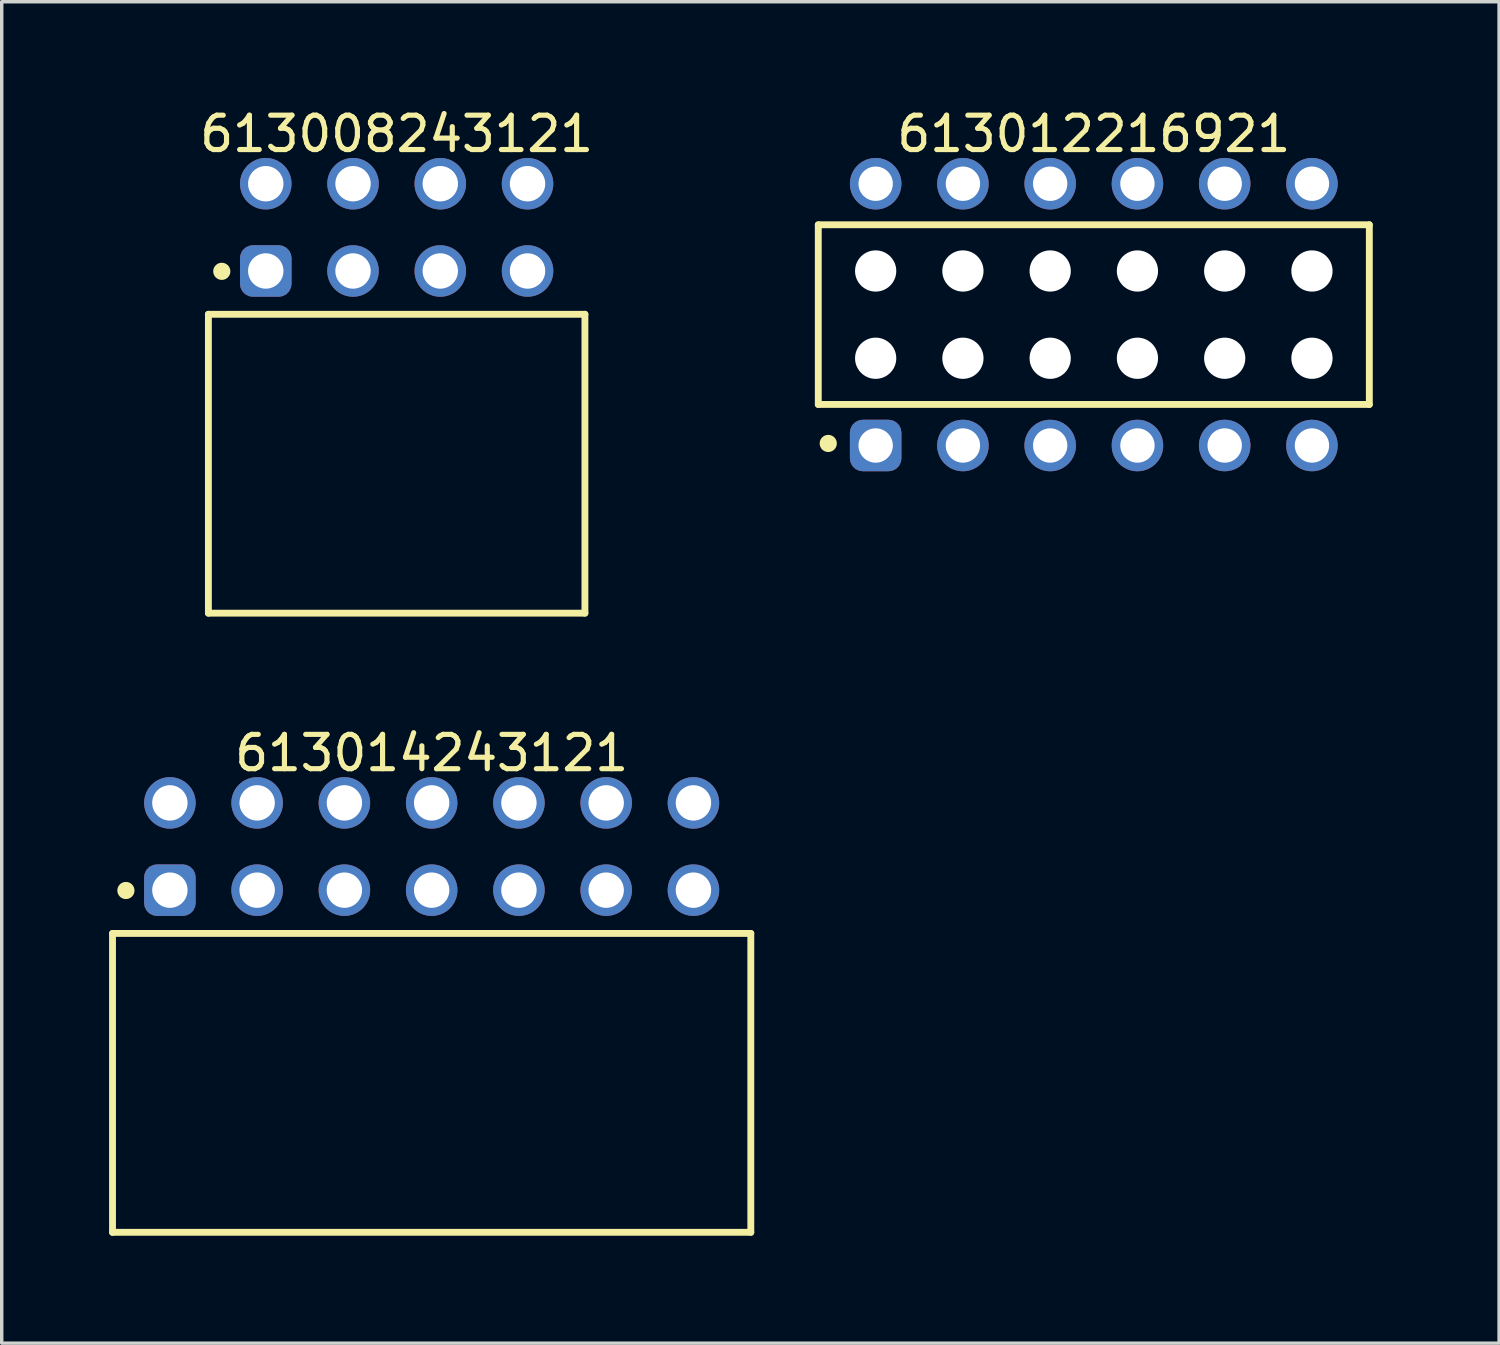
<source format=kicad_pcb>
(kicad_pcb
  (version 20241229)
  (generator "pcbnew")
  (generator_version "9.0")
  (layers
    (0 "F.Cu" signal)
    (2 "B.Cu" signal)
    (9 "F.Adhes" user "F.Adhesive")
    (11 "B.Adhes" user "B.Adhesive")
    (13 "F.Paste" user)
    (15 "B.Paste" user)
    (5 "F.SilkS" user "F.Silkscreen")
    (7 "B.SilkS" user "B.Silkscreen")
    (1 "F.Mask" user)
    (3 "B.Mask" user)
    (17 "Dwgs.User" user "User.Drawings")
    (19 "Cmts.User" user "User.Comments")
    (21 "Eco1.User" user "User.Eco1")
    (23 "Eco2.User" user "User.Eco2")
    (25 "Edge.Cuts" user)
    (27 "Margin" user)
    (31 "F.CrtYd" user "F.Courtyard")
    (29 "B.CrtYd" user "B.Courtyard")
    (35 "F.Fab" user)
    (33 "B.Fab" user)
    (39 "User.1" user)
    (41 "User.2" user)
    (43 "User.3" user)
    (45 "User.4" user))
  (footprint "613008243121"
    (layer "F.Cu")
    (at 8.496 10.448)
    (property "Reference" "613008243121" (at 0 -9.6 0) (layer "F.SilkS") (effects (font (size 1 1) (thickness 0.15))))
    (fp_line (start -5.48 -4.35) (end 5.48 -4.35) (stroke (width 0.2) (type solid)) (layer "F.SilkS"))
    (fp_line (start -5.48 4.35) (end -5.48 -4.35) (stroke (width 0.2) (type solid)) (layer "F.SilkS"))
    (fp_line (start -5.48 4.35) (end 5.48 4.35) (stroke (width 0.2) (type solid)) (layer "F.SilkS"))
    (fp_line (start 5.48 4.35) (end 5.48 -4.35) (stroke (width 0.2) (type solid)) (layer "F.SilkS"))
    (fp_circle (center -5.09 -5.6) (end -5.09 -5.725) (stroke (width 0.25) (type solid)) (fill no) (layer "F.SilkS"))
    (fp_line (start -5.68 -9.1) (end 5.68 -9.1) (stroke (width 0.05) (type solid)) (layer "Eco2.User"))
    (fp_line (start -5.68 4.55) (end -5.68 -9.1) (stroke (width 0.05) (type solid)) (layer "Eco2.User"))
    (fp_line (start -5.68 4.55) (end 5.68 4.55) (stroke (width 0.05) (type solid)) (layer "Eco2.User"))
    (fp_line (start -5.33 -4.25) (end 5.33 -4.25) (stroke (width 0.1) (type solid)) (layer "Eco2.User"))
    (fp_line (start -5.33 4.25) (end -5.33 -4.25) (stroke (width 0.1) (type solid)) (layer "Eco2.User"))
    (fp_line (start -5.33 4.25) (end 5.33 4.25) (stroke (width 0.1) (type solid)) (layer "Eco2.User"))
    (fp_line (start -4.18 -8.35) (end -3.44 -8.35) (stroke (width 0.1) (type solid)) (layer "Eco2.User"))
    (fp_line (start -4.18 -5.81) (end -3.44 -5.81) (stroke (width 0.1) (type solid)) (layer "Eco2.User"))
    (fp_line (start -4.18 -4.25) (end -4.18 -8.35) (stroke (width 0.1) (type solid)) (layer "Eco2.User"))
    (fp_line (start -3.44 -4.25) (end -3.44 -8.35) (stroke (width 0.1) (type solid)) (layer "Eco2.User"))
    (fp_line (start -1.64 -8.35) (end -0.9 -8.35) (stroke (width 0.1) (type solid)) (layer "Eco2.User"))
    (fp_line (start -1.64 -5.81) (end -0.9 -5.81) (stroke (width 0.1) (type solid)) (layer "Eco2.User"))
    (fp_line (start -1.64 -4.25) (end -1.64 -8.35) (stroke (width 0.1) (type solid)) (layer "Eco2.User"))
    (fp_line (start -0.9 -4.25) (end -0.9 -8.35) (stroke (width 0.1) (type solid)) (layer "Eco2.User"))
    (fp_line (start -0.5 0) (end 0.5 0) (stroke (width 0.05) (type solid)) (layer "Eco2.User"))
    (fp_line (start 0 0.5) (end 0 -0.5) (stroke (width 0.05) (type solid)) (layer "Eco2.User"))
    (fp_line (start 0.9 -8.35) (end 1.64 -8.35) (stroke (width 0.1) (type solid)) (layer "Eco2.User"))
    (fp_line (start 0.9 -5.81) (end 1.64 -5.81) (stroke (width 0.1) (type solid)) (layer "Eco2.User"))
    (fp_line (start 0.9 -4.25) (end 0.9 -8.35) (stroke (width 0.1) (type solid)) (layer "Eco2.User"))
    (fp_line (start 1.64 -4.25) (end 1.64 -8.35) (stroke (width 0.1) (type solid)) (layer "Eco2.User"))
    (fp_line (start 3.44 -8.35) (end 4.18 -8.35) (stroke (width 0.1) (type solid)) (layer "Eco2.User"))
    (fp_line (start 3.44 -5.81) (end 4.18 -5.81) (stroke (width 0.1) (type solid)) (layer "Eco2.User"))
    (fp_line (start 3.44 -4.25) (end 3.44 -8.35) (stroke (width 0.1) (type solid)) (layer "Eco2.User"))
    (fp_line (start 4.18 -4.25) (end 4.18 -8.35) (stroke (width 0.1) (type solid)) (layer "Eco2.User"))
    (fp_line (start 5.33 4.25) (end 5.33 -4.25) (stroke (width 0.1) (type solid)) (layer "Eco2.User"))
    (fp_line (start 5.68 4.55) (end 5.68 -9.1) (stroke (width 0.05) (type solid)) (layer "Eco2.User"))
    (fp_text user "${REFERENCE}" (at 0.15 -0.197 0) (unlocked yes) (layer "User.3") (effects (font (size 1.5 1.5) (thickness 0.15))))
    (pad "1" thru_hole roundrect (at -3.81 -5.61) (size 1.5 1.5) (drill 1.03) (layers "*.Cu" "*.Mask") (roundrect_rratio 0.25))
    (pad "2" thru_hole circle (at -3.81 -8.15) (size 1.5 1.5) (drill 1.03) (layers "*.Cu" "*.Mask"))
    (pad "3" thru_hole circle (at -1.27 -5.61) (size 1.5 1.5) (drill 1.03) (layers "*.Cu" "*.Mask"))
    (pad "4" thru_hole circle (at -1.27 -8.15) (size 1.5 1.5) (drill 1.03) (layers "*.Cu" "*.Mask"))
    (pad "5" thru_hole circle (at 1.27 -5.61) (size 1.5 1.5) (drill 1.03) (layers "*.Cu" "*.Mask"))
    (pad "6" thru_hole circle (at 1.27 -8.15) (size 1.5 1.5) (drill 1.03) (layers "*.Cu" "*.Mask"))
    (pad "7" thru_hole circle (at 3.81 -5.61) (size 1.5 1.5) (drill 1.03) (layers "*.Cu" "*.Mask"))
    (pad "8" thru_hole circle (at 3.81 -8.15) (size 1.5 1.5) (drill 1.03) (layers "*.Cu" "*.Mask")))
  (footprint "613012216921"
    (layer "F.Cu")
    (at 28.789 6.108)
    (property "Reference" "613012216921" (at 0 -5.26 0) (layer "F.SilkS") (effects (font (size 1 1) (thickness 0.15))))
    (fp_line (start -8.02 -2.615) (end 8.02 -2.615) (stroke (width 0.2) (type solid)) (layer "F.SilkS"))
    (fp_line (start -8.02 2.615) (end -8.02 -2.615) (stroke (width 0.2) (type solid)) (layer "F.SilkS"))
    (fp_line (start -8.02 2.615) (end 8.02 2.615) (stroke (width 0.2) (type solid)) (layer "F.SilkS"))
    (fp_line (start 8.02 2.615) (end 8.02 -2.615) (stroke (width 0.2) (type solid)) (layer "F.SilkS"))
    (fp_circle (center -7.73 3.75) (end -7.73 3.625) (stroke (width 0.25) (type solid)) (fill no) (layer "F.SilkS"))
    (fp_line (start -8.22 -4.76) (end 8.22 -4.76) (stroke (width 0.05) (type solid)) (layer "Eco2.User"))
    (fp_line (start -8.22 4.76) (end -8.22 -4.76) (stroke (width 0.05) (type solid)) (layer "Eco2.User"))
    (fp_line (start -8.22 4.76) (end 8.22 4.76) (stroke (width 0.05) (type solid)) (layer "Eco2.User"))
    (fp_line (start -7.87 -2.54) (end 7.87 -2.54) (stroke (width 0.1) (type solid)) (layer "Eco2.User"))
    (fp_line (start -7.87 2.54) (end -7.87 -2.54) (stroke (width 0.1) (type solid)) (layer "Eco2.User"))
    (fp_line (start -7.87 2.54) (end 7.87 2.54) (stroke (width 0.1) (type solid)) (layer "Eco2.User"))
    (fp_line (start -6.75 -3.935) (end -5.95 -3.935) (stroke (width 0.1) (type solid)) (layer "Eco2.User"))
    (fp_line (start -6.75 -2.54) (end -6.75 -3.935) (stroke (width 0.1) (type solid)) (layer "Eco2.User"))
    (fp_line (start -6.75 3.935) (end -6.75 2.54) (stroke (width 0.1) (type solid)) (layer "Eco2.User"))
    (fp_line (start -6.75 3.935) (end -5.95 3.935) (stroke (width 0.1) (type solid)) (layer "Eco2.User"))
    (fp_line (start -5.95 -2.54) (end -5.95 -3.935) (stroke (width 0.1) (type solid)) (layer "Eco2.User"))
    (fp_line (start -5.95 3.935) (end -5.95 2.54) (stroke (width 0.1) (type solid)) (layer "Eco2.User"))
    (fp_line (start -4.21 -3.935) (end -3.41 -3.935) (stroke (width 0.1) (type solid)) (layer "Eco2.User"))
    (fp_line (start -4.21 -2.54) (end -4.21 -3.935) (stroke (width 0.1) (type solid)) (layer "Eco2.User"))
    (fp_line (start -4.21 3.935) (end -4.21 2.54) (stroke (width 0.1) (type solid)) (layer "Eco2.User"))
    (fp_line (start -4.21 3.935) (end -3.41 3.935) (stroke (width 0.1) (type solid)) (layer "Eco2.User"))
    (fp_line (start -3.41 -2.54) (end -3.41 -3.935) (stroke (width 0.1) (type solid)) (layer "Eco2.User"))
    (fp_line (start -3.41 3.935) (end -3.41 2.54) (stroke (width 0.1) (type solid)) (layer "Eco2.User"))
    (fp_line (start -1.67 -3.935) (end -0.87 -3.935) (stroke (width 0.1) (type solid)) (layer "Eco2.User"))
    (fp_line (start -1.67 -2.54) (end -1.67 -3.935) (stroke (width 0.1) (type solid)) (layer "Eco2.User"))
    (fp_line (start -1.67 3.935) (end -1.67 2.54) (stroke (width 0.1) (type solid)) (layer "Eco2.User"))
    (fp_line (start -1.67 3.935) (end -0.87 3.935) (stroke (width 0.1) (type solid)) (layer "Eco2.User"))
    (fp_line (start -0.87 -2.54) (end -0.87 -3.935) (stroke (width 0.1) (type solid)) (layer "Eco2.User"))
    (fp_line (start -0.87 3.935) (end -0.87 2.54) (stroke (width 0.1) (type solid)) (layer "Eco2.User"))
    (fp_line (start -0.5 0) (end 0.5 0) (stroke (width 0.05) (type solid)) (layer "Eco2.User"))
    (fp_line (start 0 0.5) (end 0 -0.5) (stroke (width 0.05) (type solid)) (layer "Eco2.User"))
    (fp_line (start 0.87 -3.935) (end 1.67 -3.935) (stroke (width 0.1) (type solid)) (layer "Eco2.User"))
    (fp_line (start 0.87 -2.54) (end 0.87 -3.935) (stroke (width 0.1) (type solid)) (layer "Eco2.User"))
    (fp_line (start 0.87 3.935) (end 0.87 2.54) (stroke (width 0.1) (type solid)) (layer "Eco2.User"))
    (fp_line (start 0.87 3.935) (end 1.67 3.935) (stroke (width 0.1) (type solid)) (layer "Eco2.User"))
    (fp_line (start 1.67 -2.54) (end 1.67 -3.935) (stroke (width 0.1) (type solid)) (layer "Eco2.User"))
    (fp_line (start 1.67 3.935) (end 1.67 2.54) (stroke (width 0.1) (type solid)) (layer "Eco2.User"))
    (fp_line (start 3.41 -3.935) (end 4.21 -3.935) (stroke (width 0.1) (type solid)) (layer "Eco2.User"))
    (fp_line (start 3.41 -2.54) (end 3.41 -3.935) (stroke (width 0.1) (type solid)) (layer "Eco2.User"))
    (fp_line (start 3.41 3.935) (end 3.41 2.54) (stroke (width 0.1) (type solid)) (layer "Eco2.User"))
    (fp_line (start 3.41 3.935) (end 4.21 3.935) (stroke (width 0.1) (type solid)) (layer "Eco2.User"))
    (fp_line (start 4.21 -2.54) (end 4.21 -3.935) (stroke (width 0.1) (type solid)) (layer "Eco2.User"))
    (fp_line (start 4.21 3.935) (end 4.21 2.54) (stroke (width 0.1) (type solid)) (layer "Eco2.User"))
    (fp_line (start 5.95 -3.935) (end 6.75 -3.935) (stroke (width 0.1) (type solid)) (layer "Eco2.User"))
    (fp_line (start 5.95 -2.54) (end 5.95 -3.935) (stroke (width 0.1) (type solid)) (layer "Eco2.User"))
    (fp_line (start 5.95 3.935) (end 5.95 2.54) (stroke (width 0.1) (type solid)) (layer "Eco2.User"))
    (fp_line (start 5.95 3.935) (end 6.75 3.935) (stroke (width 0.1) (type solid)) (layer "Eco2.User"))
    (fp_line (start 6.75 -2.54) (end 6.75 -3.935) (stroke (width 0.1) (type solid)) (layer "Eco2.User"))
    (fp_line (start 6.75 3.935) (end 6.75 2.54) (stroke (width 0.1) (type solid)) (layer "Eco2.User"))
    (fp_line (start 7.87 2.54) (end 7.87 -2.54) (stroke (width 0.1) (type solid)) (layer "Eco2.User"))
    (fp_line (start 8.22 4.76) (end 8.22 -4.76) (stroke (width 0.05) (type solid)) (layer "Eco2.User"))
    (fp_text user "${REFERENCE}" (at 0.15 -0.197 0) (unlocked yes) (layer "User.3") (effects (font (size 1.5 1.5) (thickness 0.15))))
    (pad "" np_thru_hole circle (at -6.35 -1.27) (size 1.2 1.2) (drill 1.2) (layers "*.Cu" "*.Mask"))
    (pad "" np_thru_hole circle (at -6.35 1.27) (size 1.2 1.2) (drill 1.2) (layers "*.Cu" "*.Mask"))
    (pad "" np_thru_hole circle (at -3.81 -1.27) (size 1.2 1.2) (drill 1.2) (layers "*.Cu" "*.Mask"))
    (pad "" np_thru_hole circle (at -3.81 1.27) (size 1.2 1.2) (drill 1.2) (layers "*.Cu" "*.Mask"))
    (pad "" np_thru_hole circle (at -1.27 -1.27) (size 1.2 1.2) (drill 1.2) (layers "*.Cu" "*.Mask"))
    (pad "" np_thru_hole circle (at -1.27 1.27) (size 1.2 1.2) (drill 1.2) (layers "*.Cu" "*.Mask"))
    (pad "" np_thru_hole circle (at 1.27 -1.27) (size 1.2 1.2) (drill 1.2) (layers "*.Cu" "*.Mask"))
    (pad "" np_thru_hole circle (at 1.27 1.27) (size 1.2 1.2) (drill 1.2) (layers "*.Cu" "*.Mask"))
    (pad "" np_thru_hole circle (at 3.81 -1.27) (size 1.2 1.2) (drill 1.2) (layers "*.Cu" "*.Mask"))
    (pad "" np_thru_hole circle (at 3.81 1.27) (size 1.2 1.2) (drill 1.2) (layers "*.Cu" "*.Mask"))
    (pad "" np_thru_hole circle (at 6.35 -1.27) (size 1.2 1.2) (drill 1.2) (layers "*.Cu" "*.Mask"))
    (pad "" np_thru_hole circle (at 6.35 1.27) (size 1.2 1.2) (drill 1.2) (layers "*.Cu" "*.Mask"))
    (pad "1" thru_hole roundrect (at -6.35 3.81) (size 1.5 1.5) (drill 1) (layers "*.Cu" "*.Mask") (roundrect_rratio 0.25))
    (pad "2" thru_hole circle (at -6.35 -3.81) (size 1.5 1.5) (drill 1) (layers "*.Cu" "*.Mask"))
    (pad "3" thru_hole circle (at -3.81 3.81) (size 1.5 1.5) (drill 1) (layers "*.Cu" "*.Mask"))
    (pad "4" thru_hole circle (at -3.81 -3.81) (size 1.5 1.5) (drill 1) (layers "*.Cu" "*.Mask"))
    (pad "5" thru_hole circle (at -1.27 3.81) (size 1.5 1.5) (drill 1) (layers "*.Cu" "*.Mask"))
    (pad "6" thru_hole circle (at -1.27 -3.81) (size 1.5 1.5) (drill 1) (layers "*.Cu" "*.Mask"))
    (pad "7" thru_hole circle (at 1.27 3.81) (size 1.5 1.5) (drill 1) (layers "*.Cu" "*.Mask"))
    (pad "8" thru_hole circle (at 1.27 -3.81) (size 1.5 1.5) (drill 1) (layers "*.Cu" "*.Mask"))
    (pad "9" thru_hole circle (at 3.81 3.81) (size 1.5 1.5) (drill 1) (layers "*.Cu" "*.Mask"))
    (pad "10" thru_hole circle (at 3.81 -3.81) (size 1.5 1.5) (drill 1) (layers "*.Cu" "*.Mask"))
    (pad "11" thru_hole circle (at 6.35 3.81) (size 1.5 1.5) (drill 1) (layers "*.Cu" "*.Mask"))
    (pad "12" thru_hole circle (at 6.35 -3.81) (size 1.5 1.5) (drill 1) (layers "*.Cu" "*.Mask")))
  (footprint "613014243121"
    (layer "F.Cu")
    (at 9.515 28.471)
    (property "Reference" "613014243121" (at 0 -9.6 0) (layer "F.SilkS") (effects (font (size 1 1) (thickness 0.15))))
    (fp_line (start -9.29 -4.35) (end 9.29 -4.35) (stroke (width 0.2) (type solid)) (layer "F.SilkS"))
    (fp_line (start -9.29 4.35) (end -9.29 -4.35) (stroke (width 0.2) (type solid)) (layer "F.SilkS"))
    (fp_line (start -9.29 4.35) (end 9.29 4.35) (stroke (width 0.2) (type solid)) (layer "F.SilkS"))
    (fp_line (start 9.29 4.35) (end 9.29 -4.35) (stroke (width 0.2) (type solid)) (layer "F.SilkS"))
    (fp_circle (center -8.9 -5.6) (end -8.9 -5.725) (stroke (width 0.25) (type solid)) (fill no) (layer "F.SilkS"))
    (fp_line (start -9.49 -9.1) (end 9.49 -9.1) (stroke (width 0.05) (type solid)) (layer "Eco2.User"))
    (fp_line (start -9.49 4.55) (end -9.49 -9.1) (stroke (width 0.05) (type solid)) (layer "Eco2.User"))
    (fp_line (start -9.49 4.55) (end 9.49 4.55) (stroke (width 0.05) (type solid)) (layer "Eco2.User"))
    (fp_line (start -9.14 -4.25) (end 9.14 -4.25) (stroke (width 0.1) (type solid)) (layer "Eco2.User"))
    (fp_line (start -9.14 4.25) (end -9.14 -4.25) (stroke (width 0.1) (type solid)) (layer "Eco2.User"))
    (fp_line (start -9.14 4.25) (end 9.14 4.25) (stroke (width 0.1) (type solid)) (layer "Eco2.User"))
    (fp_line (start -7.99 -8.35) (end -7.25 -8.35) (stroke (width 0.1) (type solid)) (layer "Eco2.User"))
    (fp_line (start -7.99 -5.81) (end -7.25 -5.81) (stroke (width 0.1) (type solid)) (layer "Eco2.User"))
    (fp_line (start -7.99 -4.25) (end -7.99 -8.35) (stroke (width 0.1) (type solid)) (layer "Eco2.User"))
    (fp_line (start -7.25 -4.25) (end -7.25 -8.35) (stroke (width 0.1) (type solid)) (layer "Eco2.User"))
    (fp_line (start -5.45 -8.35) (end -4.71 -8.35) (stroke (width 0.1) (type solid)) (layer "Eco2.User"))
    (fp_line (start -5.45 -5.81) (end -4.71 -5.81) (stroke (width 0.1) (type solid)) (layer "Eco2.User"))
    (fp_line (start -5.45 -4.25) (end -5.45 -8.35) (stroke (width 0.1) (type solid)) (layer "Eco2.User"))
    (fp_line (start -4.71 -4.25) (end -4.71 -8.35) (stroke (width 0.1) (type solid)) (layer "Eco2.User"))
    (fp_line (start -2.91 -8.35) (end -2.17 -8.35) (stroke (width 0.1) (type solid)) (layer "Eco2.User"))
    (fp_line (start -2.91 -5.81) (end -2.17 -5.81) (stroke (width 0.1) (type solid)) (layer "Eco2.User"))
    (fp_line (start -2.91 -4.25) (end -2.91 -8.35) (stroke (width 0.1) (type solid)) (layer "Eco2.User"))
    (fp_line (start -2.17 -4.25) (end -2.17 -8.35) (stroke (width 0.1) (type solid)) (layer "Eco2.User"))
    (fp_line (start -0.5 0) (end 0.5 0) (stroke (width 0.05) (type solid)) (layer "Eco2.User"))
    (fp_line (start -0.37 -8.35) (end 0.37 -8.35) (stroke (width 0.1) (type solid)) (layer "Eco2.User"))
    (fp_line (start -0.37 -5.81) (end 0.37 -5.81) (stroke (width 0.1) (type solid)) (layer "Eco2.User"))
    (fp_line (start -0.37 -4.25) (end -0.37 -8.35) (stroke (width 0.1) (type solid)) (layer "Eco2.User"))
    (fp_line (start 0 0.5) (end 0 -0.5) (stroke (width 0.05) (type solid)) (layer "Eco2.User"))
    (fp_line (start 0.37 -4.25) (end 0.37 -8.35) (stroke (width 0.1) (type solid)) (layer "Eco2.User"))
    (fp_line (start 2.17 -8.35) (end 2.91 -8.35) (stroke (width 0.1) (type solid)) (layer "Eco2.User"))
    (fp_line (start 2.17 -5.81) (end 2.91 -5.81) (stroke (width 0.1) (type solid)) (layer "Eco2.User"))
    (fp_line (start 2.17 -4.25) (end 2.17 -8.35) (stroke (width 0.1) (type solid)) (layer "Eco2.User"))
    (fp_line (start 2.91 -4.25) (end 2.91 -8.35) (stroke (width 0.1) (type solid)) (layer "Eco2.User"))
    (fp_line (start 4.71 -8.35) (end 5.45 -8.35) (stroke (width 0.1) (type solid)) (layer "Eco2.User"))
    (fp_line (start 4.71 -5.81) (end 5.45 -5.81) (stroke (width 0.1) (type solid)) (layer "Eco2.User"))
    (fp_line (start 4.71 -4.25) (end 4.71 -8.35) (stroke (width 0.1) (type solid)) (layer "Eco2.User"))
    (fp_line (start 5.45 -4.25) (end 5.45 -8.35) (stroke (width 0.1) (type solid)) (layer "Eco2.User"))
    (fp_line (start 7.25 -8.35) (end 7.99 -8.35) (stroke (width 0.1) (type solid)) (layer "Eco2.User"))
    (fp_line (start 7.25 -5.81) (end 7.99 -5.81) (stroke (width 0.1) (type solid)) (layer "Eco2.User"))
    (fp_line (start 7.25 -4.25) (end 7.25 -8.35) (stroke (width 0.1) (type solid)) (layer "Eco2.User"))
    (fp_line (start 7.99 -4.25) (end 7.99 -8.35) (stroke (width 0.1) (type solid)) (layer "Eco2.User"))
    (fp_line (start 9.14 4.25) (end 9.14 -4.25) (stroke (width 0.1) (type solid)) (layer "Eco2.User"))
    (fp_line (start 9.49 4.55) (end 9.49 -9.1) (stroke (width 0.05) (type solid)) (layer "Eco2.User"))
    (fp_text user "${REFERENCE}" (at 0.15 -0.197 0) (unlocked yes) (layer "User.3") (effects (font (size 1.5 1.5) (thickness 0.15))))
    (pad "1" thru_hole roundrect (at -7.62 -5.61) (size 1.5 1.5) (drill 1.03) (layers "*.Cu" "*.Mask") (roundrect_rratio 0.25))
    (pad "2" thru_hole circle (at -7.62 -8.15) (size 1.5 1.5) (drill 1.03) (layers "*.Cu" "*.Mask"))
    (pad "3" thru_hole circle (at -5.08 -5.61) (size 1.5 1.5) (drill 1.03) (layers "*.Cu" "*.Mask"))
    (pad "4" thru_hole circle (at -5.08 -8.15) (size 1.5 1.5) (drill 1.03) (layers "*.Cu" "*.Mask"))
    (pad "5" thru_hole circle (at -2.54 -5.61) (size 1.5 1.5) (drill 1.03) (layers "*.Cu" "*.Mask"))
    (pad "6" thru_hole circle (at -2.54 -8.15) (size 1.5 1.5) (drill 1.03) (layers "*.Cu" "*.Mask"))
    (pad "7" thru_hole circle (at 0 -5.61) (size 1.5 1.5) (drill 1.03) (layers "*.Cu" "*.Mask"))
    (pad "8" thru_hole circle (at 0 -8.15) (size 1.5 1.5) (drill 1.03) (layers "*.Cu" "*.Mask"))
    (pad "9" thru_hole circle (at 2.54 -5.61) (size 1.5 1.5) (drill 1.03) (layers "*.Cu" "*.Mask"))
    (pad "10" thru_hole circle (at 2.54 -8.15) (size 1.5 1.5) (drill 1.03) (layers "*.Cu" "*.Mask"))
    (pad "11" thru_hole circle (at 5.08 -5.61) (size 1.5 1.5) (drill 1.03) (layers "*.Cu" "*.Mask"))
    (pad "12" thru_hole circle (at 5.08 -8.15) (size 1.5 1.5) (drill 1.03) (layers "*.Cu" "*.Mask"))
    (pad "13" thru_hole circle (at 7.62 -5.61) (size 1.5 1.5) (drill 1.03) (layers "*.Cu" "*.Mask"))
    (pad "14" thru_hole circle (at 7.62 -8.15) (size 1.5 1.5) (drill 1.03) (layers "*.Cu" "*.Mask")))
  (gr_rect
    (start -3 -3)
    (end 40.586 36.047)
    (stroke (width 0.1) (type default))
    (fill no)
    (layer "Edge.Cuts")))
</source>
